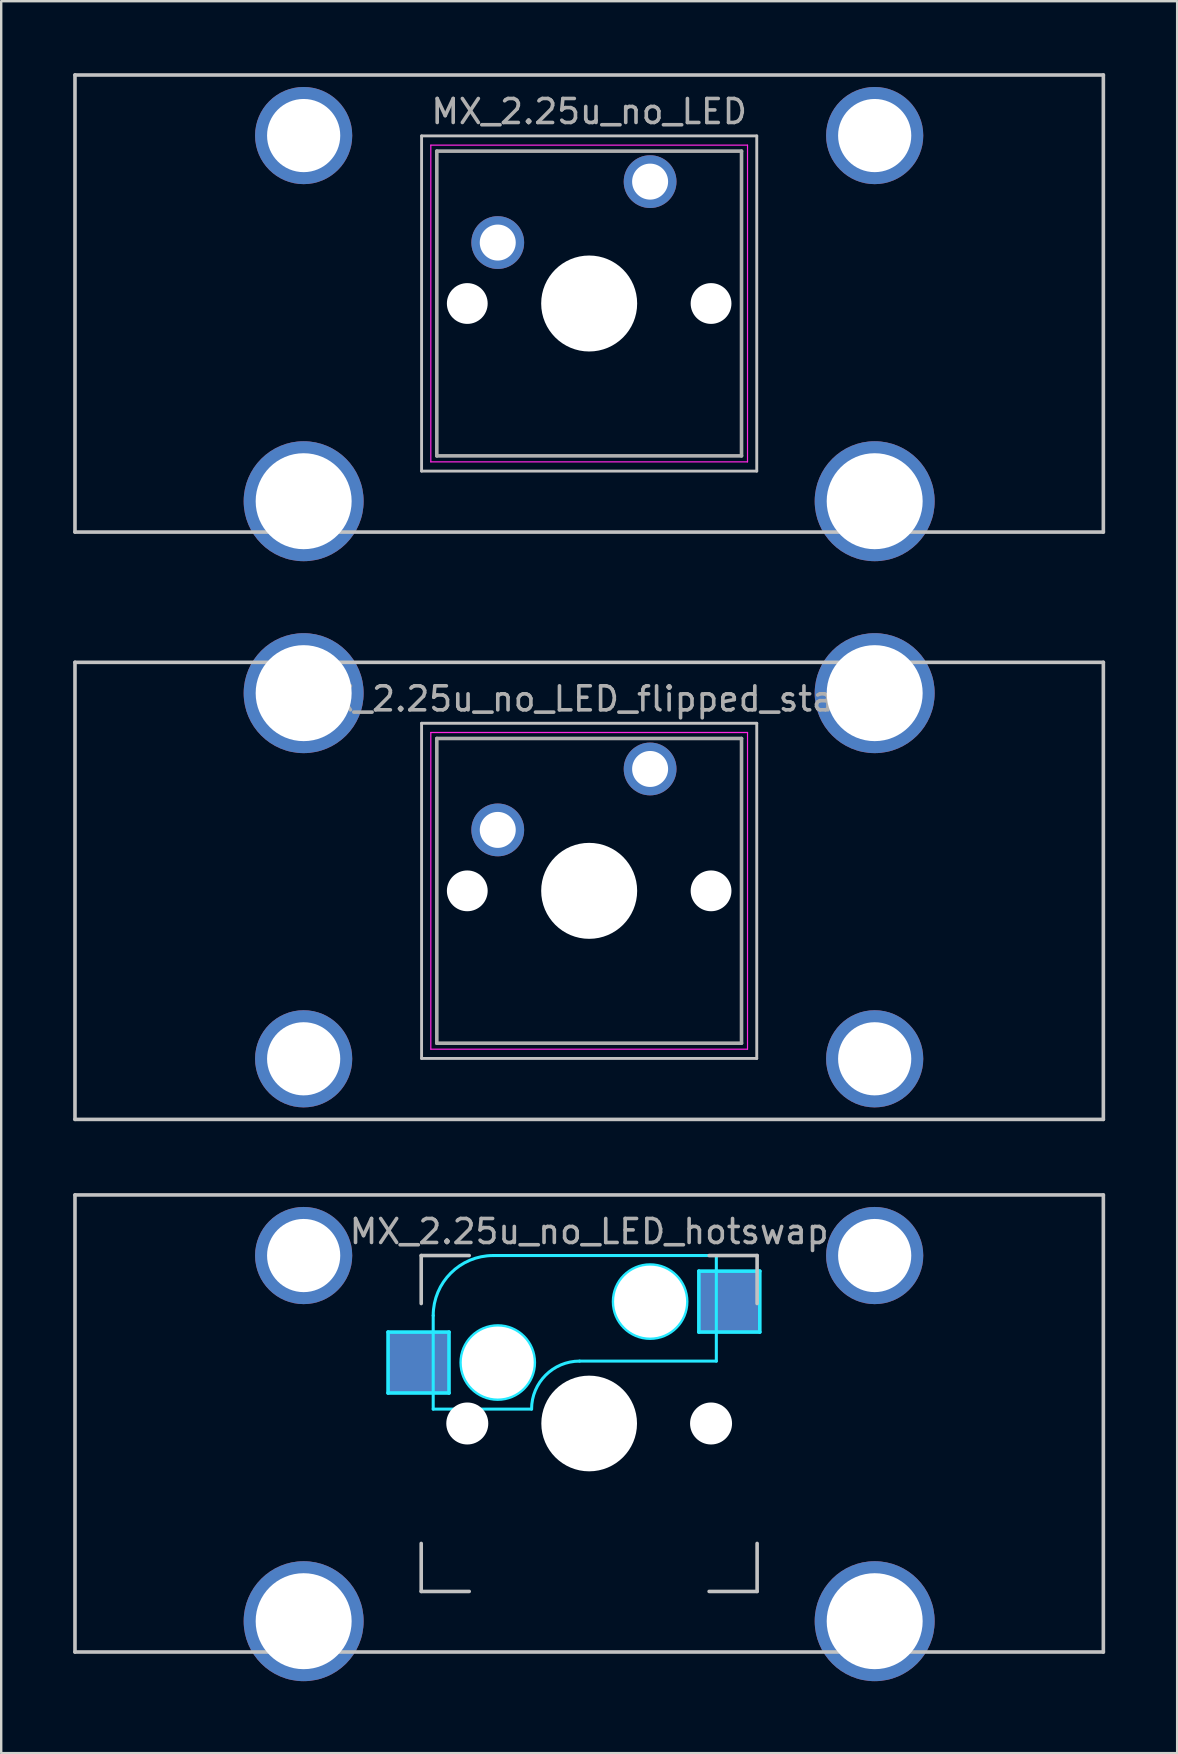
<source format=kicad_pcb>
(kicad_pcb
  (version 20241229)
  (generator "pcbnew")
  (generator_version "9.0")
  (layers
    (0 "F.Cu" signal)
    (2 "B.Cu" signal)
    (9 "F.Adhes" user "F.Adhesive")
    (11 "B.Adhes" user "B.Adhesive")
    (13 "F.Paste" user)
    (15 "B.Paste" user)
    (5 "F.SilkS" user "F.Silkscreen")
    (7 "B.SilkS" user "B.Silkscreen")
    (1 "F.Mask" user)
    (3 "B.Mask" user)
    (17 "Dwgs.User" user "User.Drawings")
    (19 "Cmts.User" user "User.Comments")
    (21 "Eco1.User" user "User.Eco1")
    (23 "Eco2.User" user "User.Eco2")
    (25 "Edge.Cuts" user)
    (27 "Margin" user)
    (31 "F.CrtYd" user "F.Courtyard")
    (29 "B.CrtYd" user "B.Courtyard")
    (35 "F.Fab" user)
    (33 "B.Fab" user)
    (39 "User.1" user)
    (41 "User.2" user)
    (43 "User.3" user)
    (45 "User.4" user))
  (footprint "MX_2.25u_no_LED_flipped_stabs"
    (layer "F.Cu")
    (at 21.506 34.08)
    (property "Reference" "MX_2.25u_no_LED_flipped_stabs" (at 0 -8 0) (layer "F.Fab") (effects (font (size 1 1) (thickness 0.15))))
    (attr through_hole)
    (fp_line (start -21.431 -9.525) (end 21.431 -9.525) (stroke (width 0.15) (type solid)) (layer "Dwgs.User"))
    (fp_line (start -21.431 9.525) (end -21.431 -9.525) (stroke (width 0.15) (type solid)) (layer "Dwgs.User"))
    (fp_line (start -6.985 -6.985) (end 6.985 -6.985) (stroke (width 0.12) (type solid)) (layer "Dwgs.User"))
    (fp_line (start -6.985 6.985) (end -6.985 -6.985) (stroke (width 0.12) (type solid)) (layer "Dwgs.User"))
    (fp_line (start 6.985 -6.985) (end 6.985 6.985) (stroke (width 0.12) (type solid)) (layer "Dwgs.User"))
    (fp_line (start 6.985 6.985) (end -6.985 6.985) (stroke (width 0.12) (type solid)) (layer "Dwgs.User"))
    (fp_line (start 21.431 -9.525) (end 21.431 9.525) (stroke (width 0.15) (type solid)) (layer "Dwgs.User"))
    (fp_line (start 21.431 9.525) (end -21.431 9.525) (stroke (width 0.15) (type solid)) (layer "Dwgs.User"))
    (fp_line (start -6.6 -6.6) (end 6.6 -6.6) (stroke (width 0.05) (type solid)) (layer "F.CrtYd"))
    (fp_line (start -6.6 6.6) (end -6.6 -6.6) (stroke (width 0.05) (type solid)) (layer "F.CrtYd"))
    (fp_line (start 6.6 -6.6) (end 6.6 6.6) (stroke (width 0.05) (type solid)) (layer "F.CrtYd"))
    (fp_line (start 6.6 6.6) (end -6.6 6.6) (stroke (width 0.05) (type solid)) (layer "F.CrtYd"))
    (fp_line (start -6.35 -6.35) (end 6.35 -6.35) (stroke (width 0.15) (type solid)) (layer "F.Fab"))
    (fp_line (start -6.35 6.35) (end -6.35 -6.35) (stroke (width 0.15) (type solid)) (layer "F.Fab"))
    (fp_line (start 6.35 -6.35) (end 6.35 6.35) (stroke (width 0.15) (type solid)) (layer "F.Fab"))
    (fp_line (start 6.35 6.35) (end -6.35 6.35) (stroke (width 0.15) (type solid)) (layer "F.Fab"))
    (fp_text user "2.25u" (at 0 4.763 0) (layer "F.Mask") (effects (font (size 1 1) (thickness 0.15))))
    (pad "" np_thru_hole circle (at -11.9 -8.24 180) (size 5 5) (drill 4) (layers "*.Cu" "B.Mask"))
    (pad "" np_thru_hole circle (at -11.9 7 180) (size 4.05 4.05) (drill 3.05) (layers "*.Cu" "B.Mask"))
    (pad "" np_thru_hole circle (at -5.08 0) (size 1.7 1.7) (drill 1.7) (layers "*.Cu" "*.Mask"))
    (pad "" np_thru_hole circle (at 0 0 180) (size 4 4) (drill 4) (layers "*.Cu" "*.Mask"))
    (pad "" np_thru_hole circle (at 5.08 0) (size 1.7 1.7) (drill 1.7) (layers "*.Cu" "*.Mask"))
    (pad "" np_thru_hole circle (at 11.9 -8.24 180) (size 5 5) (drill 4) (layers "*.Cu" "B.Mask"))
    (pad "" np_thru_hole circle (at 11.9 7 180) (size 4.05 4.05) (drill 3.05) (layers "*.Cu" "B.Mask"))
    (pad "1" thru_hole circle (at 2.54 -5.08) (size 2.2 2.2) (drill 1.5) (layers "*.Cu" "*.Mask"))
    (pad "2" thru_hole circle (at -3.81 -2.54) (size 2.2 2.2) (drill 1.5) (layers "*.Cu" "*.Mask")))
  (footprint "MX_2.25u_no_LED"
    (layer "F.Cu")
    (at 21.506 9.6)
    (property "Reference" "MX_2.25u_no_LED" (at 0 -8 0) (layer "F.Fab") (effects (font (size 1 1) (thickness 0.15))))
    (attr through_hole)
    (fp_line (start -21.431 -9.525) (end 21.431 -9.525) (stroke (width 0.15) (type solid)) (layer "Dwgs.User"))
    (fp_line (start -21.431 9.525) (end -21.431 -9.525) (stroke (width 0.15) (type solid)) (layer "Dwgs.User"))
    (fp_line (start -6.985 -6.985) (end 6.985 -6.985) (stroke (width 0.12) (type solid)) (layer "Dwgs.User"))
    (fp_line (start -6.985 6.985) (end -6.985 -6.985) (stroke (width 0.12) (type solid)) (layer "Dwgs.User"))
    (fp_line (start 6.985 -6.985) (end 6.985 6.985) (stroke (width 0.12) (type solid)) (layer "Dwgs.User"))
    (fp_line (start 6.985 6.985) (end -6.985 6.985) (stroke (width 0.12) (type solid)) (layer "Dwgs.User"))
    (fp_line (start 21.431 -9.525) (end 21.431 9.525) (stroke (width 0.15) (type solid)) (layer "Dwgs.User"))
    (fp_line (start 21.431 9.525) (end -21.431 9.525) (stroke (width 0.15) (type solid)) (layer "Dwgs.User"))
    (fp_line (start -6.6 -6.6) (end 6.6 -6.6) (stroke (width 0.05) (type solid)) (layer "F.CrtYd"))
    (fp_line (start -6.6 6.6) (end -6.6 -6.6) (stroke (width 0.05) (type solid)) (layer "F.CrtYd"))
    (fp_line (start 6.6 -6.6) (end 6.6 6.6) (stroke (width 0.05) (type solid)) (layer "F.CrtYd"))
    (fp_line (start 6.6 6.6) (end -6.6 6.6) (stroke (width 0.05) (type solid)) (layer "F.CrtYd"))
    (fp_line (start -6.35 -6.35) (end 6.35 -6.35) (stroke (width 0.15) (type solid)) (layer "F.Fab"))
    (fp_line (start -6.35 6.35) (end -6.35 -6.35) (stroke (width 0.15) (type solid)) (layer "F.Fab"))
    (fp_line (start 6.35 -6.35) (end 6.35 6.35) (stroke (width 0.15) (type solid)) (layer "F.Fab"))
    (fp_line (start 6.35 6.35) (end -6.35 6.35) (stroke (width 0.15) (type solid)) (layer "F.Fab"))
    (pad "" np_thru_hole circle (at -11.9 -7) (size 4.05 4.05) (drill 3.05) (layers "*.Cu" "B.Mask"))
    (pad "" np_thru_hole circle (at -11.9 8.24) (size 5 5) (drill 4) (layers "*.Cu" "B.Mask"))
    (pad "" np_thru_hole circle (at -5.08 0) (size 1.7 1.7) (drill 1.7) (layers "*.Cu" "*.Mask"))
    (pad "" np_thru_hole circle (at 0 0) (size 4 4) (drill 4) (layers "*.Cu" "*.Mask"))
    (pad "" np_thru_hole circle (at 5.08 0) (size 1.7 1.7) (drill 1.7) (layers "*.Cu" "*.Mask"))
    (pad "" np_thru_hole circle (at 11.9 -7) (size 4.05 4.05) (drill 3.05) (layers "*.Cu" "B.Mask"))
    (pad "" np_thru_hole circle (at 11.9 8.24) (size 5 5) (drill 4) (layers "*.Cu" "B.Mask"))
    (pad "1" thru_hole circle (at 2.54 -5.08) (size 2.2 2.2) (drill 1.5) (layers "*.Cu" "*.Mask"))
    (pad "2" thru_hole circle (at -3.81 -2.54) (size 2.2 2.2) (drill 1.5) (layers "*.Cu" "*.Mask")))
  (footprint "MX_2.25u_no_LED_hotswap"
    (layer "F.Cu")
    (at 21.506 56.28)
    (property "Reference" "MX_2.25u_no_LED_hotswap" (at 0 -8 0) (layer "F.Fab") (effects (font (size 1 1) (thickness 0.15))))
    (attr through_hole)
    (fp_line (start -21.431 -9.525) (end 21.431 -9.525) (stroke (width 0.15) (type solid)) (layer "Dwgs.User"))
    (fp_line (start -21.431 9.525) (end -21.431 -9.525) (stroke (width 0.15) (type solid)) (layer "Dwgs.User"))
    (fp_line (start -7 -7) (end -7 -5) (stroke (width 0.15) (type solid)) (layer "Dwgs.User"))
    (fp_line (start -7 5) (end -7 7) (stroke (width 0.15) (type solid)) (layer "Dwgs.User"))
    (fp_line (start -7 7) (end -5 7) (stroke (width 0.15) (type solid)) (layer "Dwgs.User"))
    (fp_line (start -5 -7) (end -7 -7) (stroke (width 0.15) (type solid)) (layer "Dwgs.User"))
    (fp_line (start 5 -7) (end 7 -7) (stroke (width 0.15) (type solid)) (layer "Dwgs.User"))
    (fp_line (start 5 7) (end 7 7) (stroke (width 0.15) (type solid)) (layer "Dwgs.User"))
    (fp_line (start 7 -7) (end 7 -5) (stroke (width 0.15) (type solid)) (layer "Dwgs.User"))
    (fp_line (start 7 7) (end 7 5) (stroke (width 0.15) (type solid)) (layer "Dwgs.User"))
    (fp_line (start 21.431 -9.525) (end 21.431 9.525) (stroke (width 0.15) (type solid)) (layer "Dwgs.User"))
    (fp_line (start 21.431 9.525) (end -21.431 9.525) (stroke (width 0.15) (type solid)) (layer "Dwgs.User"))
    (fp_line (start -8.382 -3.81) (end -8.382 -1.27) (stroke (width 0.15) (type solid)) (layer "B.CrtYd"))
    (fp_line (start -8.382 -1.27) (end -5.842 -1.27) (stroke (width 0.15) (type solid)) (layer "B.CrtYd"))
    (fp_line (start -6.5 -4.5) (end -6.5 -0.6) (stroke (width 0.127) (type solid)) (layer "B.CrtYd"))
    (fp_line (start -6.5 -0.6) (end -2.4 -0.6) (stroke (width 0.127) (type solid)) (layer "B.CrtYd"))
    (fp_line (start -5.842 -3.81) (end -8.382 -3.81) (stroke (width 0.15) (type solid)) (layer "B.CrtYd"))
    (fp_line (start -5.842 -1.27) (end -5.842 -3.81) (stroke (width 0.15) (type solid)) (layer "B.CrtYd"))
    (fp_line (start -0.4 -2.6) (end 5.3 -2.6) (stroke (width 0.127) (type solid)) (layer "B.CrtYd"))
    (fp_line (start 4.572 -6.35) (end 7.112 -6.35) (stroke (width 0.15) (type solid)) (layer "B.CrtYd"))
    (fp_line (start 4.572 -3.81) (end 4.572 -6.35) (stroke (width 0.15) (type solid)) (layer "B.CrtYd"))
    (fp_line (start 5.3 -7) (end -4 -7) (stroke (width 0.127) (type solid)) (layer "B.CrtYd"))
    (fp_line (start 5.3 -7) (end 5.3 -2.6) (stroke (width 0.127) (type solid)) (layer "B.CrtYd"))
    (fp_line (start 7.112 -6.35) (end 7.112 -3.81) (stroke (width 0.15) (type solid)) (layer "B.CrtYd"))
    (fp_line (start 7.112 -3.81) (end 4.572 -3.81) (stroke (width 0.15) (type solid)) (layer "B.CrtYd"))
    (fp_arc (start -6.5 -4.5) (mid -5.767767 -6.267767) (end -4 -7) (stroke (width 0.127) (type solid)) (layer "B.CrtYd"))
    (fp_arc (start -2.4 -0.6) (mid -1.814214 -2.014214) (end -0.4 -2.6) (stroke (width 0.127) (type solid)) (layer "B.CrtYd"))
    (fp_circle (center -3.81 -2.54) (end -3.81 -4.064) (stroke (width 0.15) (type solid)) (fill no) (layer "B.CrtYd"))
    (fp_circle (center 2.54 -5.08) (end 2.54 -6.604) (stroke (width 0.15) (type solid)) (fill no) (layer "B.CrtYd"))
    (pad "" np_thru_hole circle (at -11.9 -7) (size 4.05 4.05) (drill 3.05) (layers "*.Cu" "B.Mask"))
    (pad "" np_thru_hole circle (at -11.9 8.24) (size 5 5) (drill 4) (layers "*.Cu" "B.Mask"))
    (pad "" np_thru_hole circle (at -5.08 0 48.1) (size 1.75 1.75) (drill 1.75) (layers "*.Cu" "*.Mask"))
    (pad "" np_thru_hole circle (at -3.81 -2.54) (size 3 3) (drill 3) (layers "*.Cu" "*.Mask"))
    (pad "" np_thru_hole circle (at 0 0) (size 3.988 3.988) (drill 3.988) (layers "*.Cu" "*.Mask"))
    (pad "" np_thru_hole circle (at 2.54 -5.08) (size 3 3) (drill 3) (layers "*.Cu" "*.Mask"))
    (pad "" np_thru_hole circle (at 5.08 0 48.1) (size 1.75 1.75) (drill 1.75) (layers "*.Cu" "*.Mask"))
    (pad "" np_thru_hole circle (at 11.9 -7) (size 4.05 4.05) (drill 3.05) (layers "*.Cu" "B.Mask"))
    (pad "" np_thru_hole circle (at 11.9 8.24) (size 5 5) (drill 4) (layers "*.Cu" "B.Mask"))
    (pad "1" smd rect (at 5.842 -5.08) (size 2.55 2.5) (layers "B.Cu" "B.Mask"))
    (pad "2" smd rect (at -7.085 -2.54) (size 2.55 2.5) (layers "B.Cu" "B.Mask")))
  (gr_rect
    (start -3 -3)
    (end 46.013 70.02)
    (stroke (width 0.1) (type default))
    (fill no)
    (layer "Edge.Cuts")))
</source>
